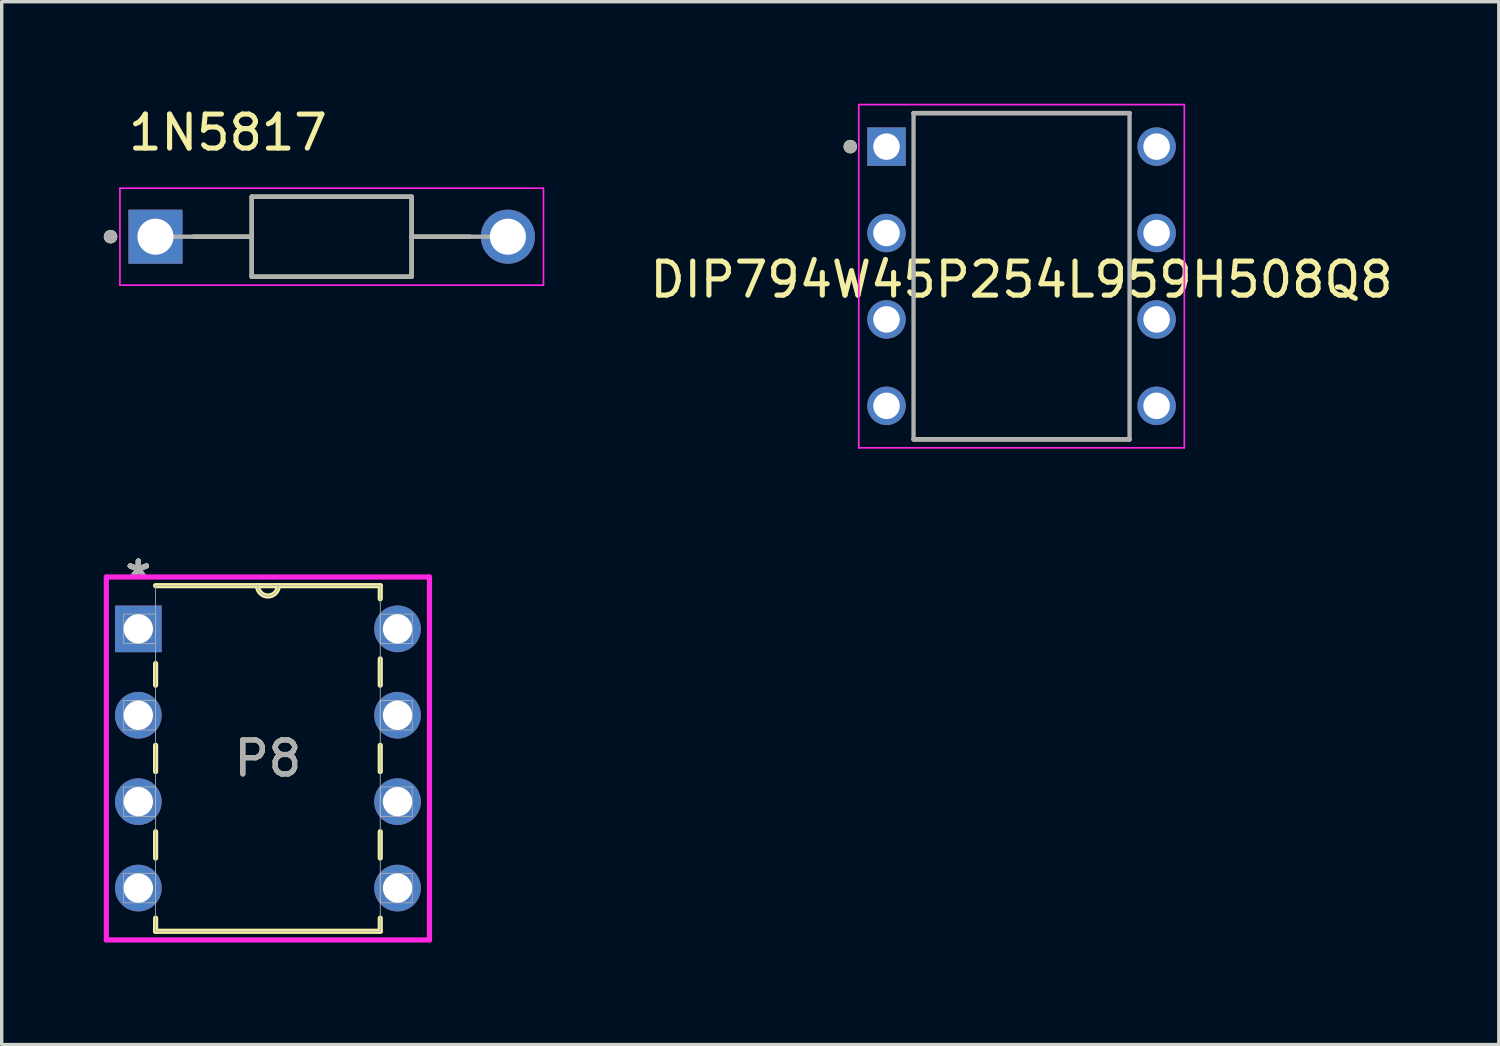
<source format=kicad_pcb>
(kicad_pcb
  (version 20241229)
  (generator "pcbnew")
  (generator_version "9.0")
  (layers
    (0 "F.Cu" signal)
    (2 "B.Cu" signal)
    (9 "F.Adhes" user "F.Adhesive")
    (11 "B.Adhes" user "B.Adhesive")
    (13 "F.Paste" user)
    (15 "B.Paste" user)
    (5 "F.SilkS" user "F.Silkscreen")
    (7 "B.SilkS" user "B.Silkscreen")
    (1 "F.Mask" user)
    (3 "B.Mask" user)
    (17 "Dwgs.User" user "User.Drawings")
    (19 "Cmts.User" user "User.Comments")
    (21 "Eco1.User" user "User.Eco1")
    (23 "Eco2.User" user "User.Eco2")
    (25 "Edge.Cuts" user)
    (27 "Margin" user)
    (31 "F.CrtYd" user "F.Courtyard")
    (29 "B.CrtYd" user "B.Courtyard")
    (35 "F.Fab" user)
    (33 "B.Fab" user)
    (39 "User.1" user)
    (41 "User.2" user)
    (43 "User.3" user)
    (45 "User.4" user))
  (footprint "P8"
    (layer "F.Cu")
    (at 8.636 23.056)
    (property "Reference" "P8" (at -3.81 -3.81 0) (unlocked yes) (layer "F.SilkS") (effects (font (size 1 1) (thickness 0.15))))
    (attr through_hole)
    (fp_line (start -7.112 -6.601) (end -7.112 -5.963) (stroke (width 0.152) (type solid)) (layer "F.SilkS"))
    (fp_line (start -7.112 -4.197) (end -7.112 -3.423) (stroke (width 0.152) (type solid)) (layer "F.SilkS"))
    (fp_line (start -7.112 -1.657) (end -7.112 -0.883) (stroke (width 0.152) (type solid)) (layer "F.SilkS"))
    (fp_line (start -7.112 0.883) (end -7.112 1.27) (stroke (width 0.152) (type solid)) (layer "F.SilkS"))
    (fp_line (start -7.112 1.27) (end -0.508 1.27) (stroke (width 0.152) (type solid)) (layer "F.SilkS"))
    (fp_line (start -0.508 -8.89) (end -7.112 -8.89) (stroke (width 0.152) (type solid)) (layer "F.SilkS"))
    (fp_line (start -0.508 -8.503) (end -0.508 -8.89) (stroke (width 0.152) (type solid)) (layer "F.SilkS"))
    (fp_line (start -0.508 -5.963) (end -0.508 -6.737) (stroke (width 0.152) (type solid)) (layer "F.SilkS"))
    (fp_line (start -0.508 -3.423) (end -0.508 -4.197) (stroke (width 0.152) (type solid)) (layer "F.SilkS"))
    (fp_line (start -0.508 -0.883) (end -0.508 -1.657) (stroke (width 0.152) (type solid)) (layer "F.SilkS"))
    (fp_line (start -0.508 1.27) (end -0.508 0.883) (stroke (width 0.152) (type solid)) (layer "F.SilkS"))
    (fp_arc (start -3.5052 -8.89) (mid -3.81 -8.5852) (end -4.1148 -8.89) (stroke (width 0.1524) (type solid)) (layer "F.SilkS"))
    (fp_line (start -8.56 -9.144) (end -8.56 1.524) (stroke (width 0.152) (type solid)) (layer "F.CrtYd"))
    (fp_line (start -8.56 1.524) (end 0.94 1.524) (stroke (width 0.152) (type solid)) (layer "F.CrtYd"))
    (fp_line (start 0.94 -9.144) (end -8.56 -9.144) (stroke (width 0.152) (type solid)) (layer "F.CrtYd"))
    (fp_line (start 0.94 1.524) (end 0.94 -9.144) (stroke (width 0.152) (type solid)) (layer "F.CrtYd"))
    (fp_line (start -8.052 -8.052) (end -8.052 -7.188) (stroke (width 0.025) (type solid)) (layer "F.Fab"))
    (fp_line (start -8.052 -7.188) (end -7.112 -7.188) (stroke (width 0.025) (type solid)) (layer "F.Fab"))
    (fp_line (start -8.052 -5.512) (end -8.052 -4.648) (stroke (width 0.025) (type solid)) (layer "F.Fab"))
    (fp_line (start -8.052 -4.648) (end -7.112 -4.648) (stroke (width 0.025) (type solid)) (layer "F.Fab"))
    (fp_line (start -8.052 -2.972) (end -8.052 -2.108) (stroke (width 0.025) (type solid)) (layer "F.Fab"))
    (fp_line (start -8.052 -2.108) (end -7.112 -2.108) (stroke (width 0.025) (type solid)) (layer "F.Fab"))
    (fp_line (start -8.052 -0.432) (end -8.052 0.432) (stroke (width 0.025) (type solid)) (layer "F.Fab"))
    (fp_line (start -8.052 0.432) (end -7.112 0.432) (stroke (width 0.025) (type solid)) (layer "F.Fab"))
    (fp_line (start -7.112 -8.89) (end -7.112 1.27) (stroke (width 0.025) (type solid)) (layer "F.Fab"))
    (fp_line (start -7.112 -8.052) (end -8.052 -8.052) (stroke (width 0.025) (type solid)) (layer "F.Fab"))
    (fp_line (start -7.112 -7.188) (end -7.112 -8.052) (stroke (width 0.025) (type solid)) (layer "F.Fab"))
    (fp_line (start -7.112 -5.512) (end -8.052 -5.512) (stroke (width 0.025) (type solid)) (layer "F.Fab"))
    (fp_line (start -7.112 -4.648) (end -7.112 -5.512) (stroke (width 0.025) (type solid)) (layer "F.Fab"))
    (fp_line (start -7.112 -2.972) (end -8.052 -2.972) (stroke (width 0.025) (type solid)) (layer "F.Fab"))
    (fp_line (start -7.112 -2.108) (end -7.112 -2.972) (stroke (width 0.025) (type solid)) (layer "F.Fab"))
    (fp_line (start -7.112 -0.432) (end -8.052 -0.432) (stroke (width 0.025) (type solid)) (layer "F.Fab"))
    (fp_line (start -7.112 0.432) (end -7.112 -0.432) (stroke (width 0.025) (type solid)) (layer "F.Fab"))
    (fp_line (start -7.112 1.27) (end -0.508 1.27) (stroke (width 0.025) (type solid)) (layer "F.Fab"))
    (fp_line (start -0.508 -8.89) (end -7.112 -8.89) (stroke (width 0.025) (type solid)) (layer "F.Fab"))
    (fp_line (start -0.508 -8.052) (end -0.508 -7.188) (stroke (width 0.025) (type solid)) (layer "F.Fab"))
    (fp_line (start -0.508 -7.188) (end 0.432 -7.188) (stroke (width 0.025) (type solid)) (layer "F.Fab"))
    (fp_line (start -0.508 -5.512) (end -0.508 -4.648) (stroke (width 0.025) (type solid)) (layer "F.Fab"))
    (fp_line (start -0.508 -4.648) (end 0.432 -4.648) (stroke (width 0.025) (type solid)) (layer "F.Fab"))
    (fp_line (start -0.508 -2.972) (end -0.508 -2.108) (stroke (width 0.025) (type solid)) (layer "F.Fab"))
    (fp_line (start -0.508 -2.108) (end 0.432 -2.108) (stroke (width 0.025) (type solid)) (layer "F.Fab"))
    (fp_line (start -0.508 -0.432) (end -0.508 0.432) (stroke (width 0.025) (type solid)) (layer "F.Fab"))
    (fp_line (start -0.508 0.432) (end 0.432 0.432) (stroke (width 0.025) (type solid)) (layer "F.Fab"))
    (fp_line (start -0.508 1.27) (end -0.508 -8.89) (stroke (width 0.025) (type solid)) (layer "F.Fab"))
    (fp_line (start 0.432 -8.052) (end -0.508 -8.052) (stroke (width 0.025) (type solid)) (layer "F.Fab"))
    (fp_line (start 0.432 -7.188) (end 0.432 -8.052) (stroke (width 0.025) (type solid)) (layer "F.Fab"))
    (fp_line (start 0.432 -5.512) (end -0.508 -5.512) (stroke (width 0.025) (type solid)) (layer "F.Fab"))
    (fp_line (start 0.432 -4.648) (end 0.432 -5.512) (stroke (width 0.025) (type solid)) (layer "F.Fab"))
    (fp_line (start 0.432 -2.972) (end -0.508 -2.972) (stroke (width 0.025) (type solid)) (layer "F.Fab"))
    (fp_line (start 0.432 -2.108) (end 0.432 -2.972) (stroke (width 0.025) (type solid)) (layer "F.Fab"))
    (fp_line (start 0.432 -0.432) (end -0.508 -0.432) (stroke (width 0.025) (type solid)) (layer "F.Fab"))
    (fp_line (start 0.432 0.432) (end 0.432 -0.432) (stroke (width 0.025) (type solid)) (layer "F.Fab"))
    (fp_arc (start -3.5052 -8.89) (mid -3.81 -8.5852) (end -4.1148 -8.89) (stroke (width 0.0254) (type solid)) (layer "F.Fab"))
    (fp_text user "*" (at -7.62 -9.068 0) (unlocked yes) (layer "F.SilkS") (effects (font (size 1 1) (thickness 0.15))))
    (fp_text user "*" (at -7.62 -9.068 0) (layer "F.SilkS") (effects (font (size 1 1) (thickness 0.15))))
    (fp_text user "*" (at -7.62 -9.068 0) (layer "F.Fab") (effects (font (size 1 1) (thickness 0.15))))
    (fp_text user "*" (at -7.62 -9.068 0) (unlocked yes) (layer "F.Fab") (effects (font (size 1 1) (thickness 0.15))))
    (fp_text user "${REFERENCE}" (at -3.81 -3.81 0) (unlocked yes) (layer "F.Fab") (effects (font (size 1 1) (thickness 0.15))))
    (pad "1" thru_hole rect (at -7.62 -7.62) (size 1.372 1.372) (drill 0.864) (layers "*.Cu" "*.Mask"))
    (pad "2" thru_hole circle (at -7.62 -5.08) (size 1.372 1.372) (drill 0.864) (layers "*.Cu" "*.Mask"))
    (pad "3" thru_hole circle (at -7.62 -2.54) (size 1.372 1.372) (drill 0.864) (layers "*.Cu" "*.Mask"))
    (pad "4" thru_hole circle (at -7.62 0) (size 1.372 1.372) (drill 0.864) (layers "*.Cu" "*.Mask"))
    (pad "5" thru_hole circle (at 0 0) (size 1.372 1.372) (drill 0.864) (layers "*.Cu" "*.Mask"))
    (pad "6" thru_hole circle (at 0 -2.54) (size 1.372 1.372) (drill 0.864) (layers "*.Cu" "*.Mask"))
    (pad "7" thru_hole circle (at 0 -5.08) (size 1.372 1.372) (drill 0.864) (layers "*.Cu" "*.Mask"))
    (pad "8" thru_hole circle (at 0 -7.62) (size 1.372 1.372) (drill 0.864) (layers "*.Cu" "*.Mask")))
  (footprint "1N5817"
    (layer "F.Cu")
    (at 6.7 3.908)
    (property "Reference" "1N5817" (at -3.05 -3.06 0) (layer "F.SilkS") (effects (font (size 1 1) (thickness 0.15))))
    (attr through_hole)
    (fp_line (start -2.35 -1.175) (end -2.35 0) (stroke (width 0.127) (type solid)) (layer "F.SilkS"))
    (fp_line (start -2.35 0) (end -4.065 0) (stroke (width 0.127) (type solid)) (layer "F.SilkS"))
    (fp_line (start -2.35 0) (end -2.35 1.175) (stroke (width 0.127) (type solid)) (layer "F.SilkS"))
    (fp_line (start -2.35 1.175) (end 2.35 1.175) (stroke (width 0.127) (type solid)) (layer "F.SilkS"))
    (fp_line (start 2.35 -1.175) (end -2.35 -1.175) (stroke (width 0.127) (type solid)) (layer "F.SilkS"))
    (fp_line (start 2.35 0) (end 2.35 -1.175) (stroke (width 0.127) (type solid)) (layer "F.SilkS"))
    (fp_line (start 2.35 0) (end 4.065 0) (stroke (width 0.127) (type solid)) (layer "F.SilkS"))
    (fp_line (start 2.35 1.175) (end 2.35 0) (stroke (width 0.127) (type solid)) (layer "F.SilkS"))
    (fp_circle (center -6.5 0) (end -6.4 0) (stroke (width 0.2) (type solid)) (fill no) (layer "F.SilkS"))
    (fp_line (start -6.225 -1.425) (end -6.225 1.425) (stroke (width 0.05) (type solid)) (layer "F.CrtYd"))
    (fp_line (start -6.225 1.425) (end 6.225 1.425) (stroke (width 0.05) (type solid)) (layer "F.CrtYd"))
    (fp_line (start 6.225 -1.425) (end -6.225 -1.425) (stroke (width 0.05) (type solid)) (layer "F.CrtYd"))
    (fp_line (start 6.225 1.425) (end 6.225 -1.425) (stroke (width 0.05) (type solid)) (layer "F.CrtYd"))
    (fp_line (start -2.35 -1.175) (end -2.35 0) (stroke (width 0.127) (type solid)) (layer "F.Fab"))
    (fp_line (start -2.35 0) (end -5.18 0) (stroke (width 0.127) (type solid)) (layer "F.Fab"))
    (fp_line (start -2.35 0) (end -2.35 1.175) (stroke (width 0.127) (type solid)) (layer "F.Fab"))
    (fp_line (start -2.35 1.175) (end 2.35 1.175) (stroke (width 0.127) (type solid)) (layer "F.Fab"))
    (fp_line (start 2.35 -1.175) (end -2.35 -1.175) (stroke (width 0.127) (type solid)) (layer "F.Fab"))
    (fp_line (start 2.35 0) (end 2.35 -1.175) (stroke (width 0.127) (type solid)) (layer "F.Fab"))
    (fp_line (start 2.35 0) (end 5.18 0) (stroke (width 0.127) (type solid)) (layer "F.Fab"))
    (fp_line (start 2.35 1.175) (end 2.35 0) (stroke (width 0.127) (type solid)) (layer "F.Fab"))
    (fp_circle (center -6.5 0) (end -6.4 0) (stroke (width 0.2) (type solid)) (fill no) (layer "F.Fab"))
    (pad "A" thru_hole circle (at 5.18 0) (size 1.59 1.59) (drill 1.06) (layers "*.Cu" "*.Mask"))
    (pad "C" thru_hole rect (at -5.18 0) (size 1.59 1.59) (drill 1.06) (layers "*.Cu" "*.Mask")))
  (footprint "DIP794W45P254L959H508Q8"
    (layer "F.Cu")
    (at 26.98 5.07)
    (property "Reference" "DIP794W45P254L959H508Q8" (at 0 0.1 0) (layer "F.SilkS") (effects (font (size 1 1) (thickness 0.15))))
    (attr through_hole)
    (fp_line (start -3.175 -4.795) (end 3.175 -4.795) (stroke (width 0.127) (type solid)) (layer "F.SilkS"))
    (fp_line (start -3.175 4.795) (end 3.175 4.795) (stroke (width 0.127) (type solid)) (layer "F.SilkS"))
    (fp_circle (center -5.035 -3.81) (end -4.935 -3.81) (stroke (width 0.2) (type solid)) (fill no) (layer "F.SilkS"))
    (fp_line (start -4.785 -5.045) (end -4.785 5.045) (stroke (width 0.05) (type solid)) (layer "F.CrtYd"))
    (fp_line (start 4.785 -5.045) (end -4.785 -5.045) (stroke (width 0.05) (type solid)) (layer "F.CrtYd"))
    (fp_line (start 4.785 -5.045) (end 4.785 5.045) (stroke (width 0.05) (type solid)) (layer "F.CrtYd"))
    (fp_line (start 4.785 5.045) (end -4.785 5.045) (stroke (width 0.05) (type solid)) (layer "F.CrtYd"))
    (fp_line (start -3.175 -4.795) (end -3.175 4.795) (stroke (width 0.127) (type solid)) (layer "F.Fab"))
    (fp_line (start -3.175 -4.795) (end 3.175 -4.795) (stroke (width 0.127) (type solid)) (layer "F.Fab"))
    (fp_line (start -3.175 4.795) (end 3.175 4.795) (stroke (width 0.127) (type solid)) (layer "F.Fab"))
    (fp_line (start 3.175 -4.795) (end 3.175 4.795) (stroke (width 0.127) (type solid)) (layer "F.Fab"))
    (fp_circle (center -5.035 -3.81) (end -4.935 -3.81) (stroke (width 0.2) (type solid)) (fill no) (layer "F.Fab"))
    (pad "1" thru_hole rect (at -3.97 -3.81) (size 1.13 1.13) (drill 0.78) (layers "*.Cu" "*.Mask"))
    (pad "2" thru_hole circle (at -3.97 -1.27) (size 1.13 1.13) (drill 0.78) (layers "*.Cu" "*.Mask"))
    (pad "3" thru_hole circle (at -3.97 1.27) (size 1.13 1.13) (drill 0.78) (layers "*.Cu" "*.Mask"))
    (pad "4" thru_hole circle (at -3.97 3.81) (size 1.13 1.13) (drill 0.78) (layers "*.Cu" "*.Mask"))
    (pad "5" thru_hole circle (at 3.97 3.81) (size 1.13 1.13) (drill 0.78) (layers "*.Cu" "*.Mask"))
    (pad "6" thru_hole circle (at 3.97 1.27) (size 1.13 1.13) (drill 0.78) (layers "*.Cu" "*.Mask"))
    (pad "7" thru_hole circle (at 3.97 -1.27) (size 1.13 1.13) (drill 0.78) (layers "*.Cu" "*.Mask"))
    (pad "8" thru_hole circle (at 3.97 -3.81) (size 1.13 1.13) (drill 0.78) (layers "*.Cu" "*.Mask")))
  (gr_rect
    (start -3 -3)
    (end 41.01 27.656)
    (stroke (width 0.1) (type default))
    (fill no)
    (layer "Edge.Cuts")))
</source>
